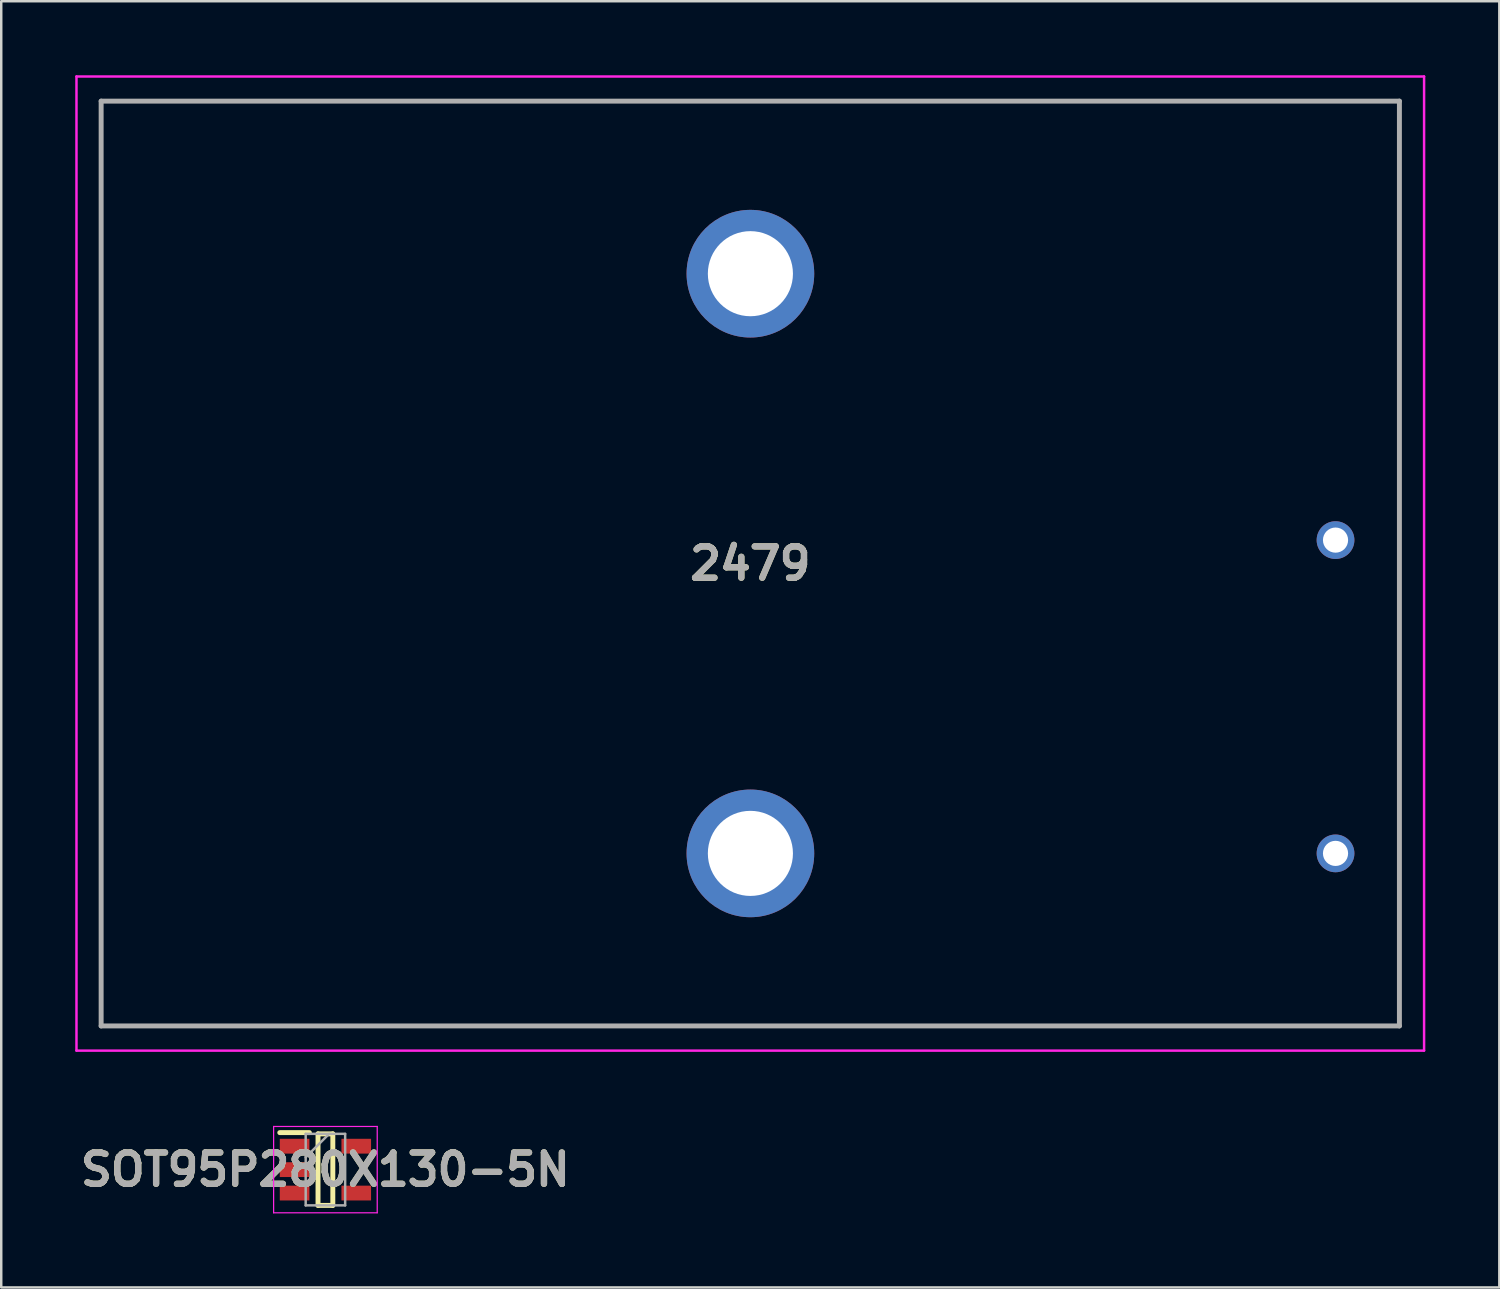
<source format=kicad_pcb>
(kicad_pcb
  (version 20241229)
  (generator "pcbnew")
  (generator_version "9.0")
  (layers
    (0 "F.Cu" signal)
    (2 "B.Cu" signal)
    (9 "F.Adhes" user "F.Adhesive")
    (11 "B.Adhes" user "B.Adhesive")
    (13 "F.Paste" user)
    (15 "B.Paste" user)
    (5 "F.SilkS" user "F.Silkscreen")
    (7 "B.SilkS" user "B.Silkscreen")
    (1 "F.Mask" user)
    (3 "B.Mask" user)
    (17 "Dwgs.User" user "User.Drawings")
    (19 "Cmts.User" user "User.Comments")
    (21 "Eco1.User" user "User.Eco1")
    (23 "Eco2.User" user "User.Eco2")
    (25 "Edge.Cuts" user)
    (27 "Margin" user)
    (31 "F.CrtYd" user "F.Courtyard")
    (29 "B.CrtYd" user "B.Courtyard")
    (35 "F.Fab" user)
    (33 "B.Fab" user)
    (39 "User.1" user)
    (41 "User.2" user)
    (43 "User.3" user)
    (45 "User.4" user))
  (footprint "2479"
    (layer "F.Cu")
    (at 27.365 19.795)
    (property "Reference" "2479" (at 0 0 0) (layer "F.SilkS") (effects (font (size 1.27 1.27) (thickness 0.254))))
    (attr through_hole)
    (fp_line (start -26.315 -18.745) (end 26.315 -18.745) (stroke (width 0.1) (type solid)) (layer "F.SilkS"))
    (fp_line (start -26.315 18.745) (end -26.315 -18.745) (stroke (width 0.1) (type solid)) (layer "F.SilkS"))
    (fp_line (start 26.315 -18.745) (end 26.315 18.745) (stroke (width 0.1) (type solid)) (layer "F.SilkS"))
    (fp_line (start 26.315 18.745) (end -26.315 18.745) (stroke (width 0.1) (type solid)) (layer "F.SilkS"))
    (fp_line (start -27.315 -19.745) (end 27.315 -19.745) (stroke (width 0.1) (type solid)) (layer "F.CrtYd"))
    (fp_line (start -27.315 19.745) (end -27.315 -19.745) (stroke (width 0.1) (type solid)) (layer "F.CrtYd"))
    (fp_line (start 27.315 -19.745) (end 27.315 19.745) (stroke (width 0.1) (type solid)) (layer "F.CrtYd"))
    (fp_line (start 27.315 19.745) (end -27.315 19.745) (stroke (width 0.1) (type solid)) (layer "F.CrtYd"))
    (fp_line (start -26.315 -18.745) (end 26.315 -18.745) (stroke (width 0.2) (type solid)) (layer "F.Fab"))
    (fp_line (start -26.315 18.745) (end -26.315 -18.745) (stroke (width 0.2) (type solid)) (layer "F.Fab"))
    (fp_line (start 26.315 -18.745) (end 26.315 18.745) (stroke (width 0.2) (type solid)) (layer "F.Fab"))
    (fp_line (start 26.315 18.745) (end -26.315 18.745) (stroke (width 0.2) (type solid)) (layer "F.Fab"))
    (fp_text user "${REFERENCE}" (at 0 0 0) (layer "F.Fab") (effects (font (size 1.27 1.27) (thickness 0.254))))
    (pad "1" thru_hole circle (at 23.725 11.75) (size 1.53 1.53) (drill 1.02) (layers "*.Cu" "*.Mask"))
    (pad "2" thru_hole circle (at 23.725 -0.95) (size 1.53 1.53) (drill 1.02) (layers "*.Cu" "*.Mask"))
    (pad "3" thru_hole circle (at 0.005 11.75) (size 5.175 5.175) (drill 3.45) (layers "*.Cu" "*.Mask"))
    (pad "4" thru_hole circle (at 0.005 -11.75) (size 5.175 5.175) (drill 3.45) (layers "*.Cu" "*.Mask")))
  (footprint "SOT95P280X130-5N"
    (layer "F.Cu")
    (at 10.142 44.365)
    (property "Reference" "SOT95P280X130-5N" (at 0 0 0) (layer "F.SilkS") (effects (font (size 1.27 1.27) (thickness 0.254))))
    (attr smd)
    (fp_line (start -1.85 -1.5) (end -0.65 -1.5) (stroke (width 0.2) (type solid)) (layer "F.SilkS"))
    (fp_line (start -0.3 -1.45) (end 0.3 -1.45) (stroke (width 0.2) (type solid)) (layer "F.SilkS"))
    (fp_line (start -0.3 1.45) (end -0.3 -1.45) (stroke (width 0.2) (type solid)) (layer "F.SilkS"))
    (fp_line (start 0.3 -1.45) (end 0.3 1.45) (stroke (width 0.2) (type solid)) (layer "F.SilkS"))
    (fp_line (start 0.3 1.45) (end -0.3 1.45) (stroke (width 0.2) (type solid)) (layer "F.SilkS"))
    (fp_line (start -2.1 -1.75) (end 2.1 -1.75) (stroke (width 0.05) (type solid)) (layer "F.CrtYd"))
    (fp_line (start -2.1 1.75) (end -2.1 -1.75) (stroke (width 0.05) (type solid)) (layer "F.CrtYd"))
    (fp_line (start 2.1 -1.75) (end 2.1 1.75) (stroke (width 0.05) (type solid)) (layer "F.CrtYd"))
    (fp_line (start 2.1 1.75) (end -2.1 1.75) (stroke (width 0.05) (type solid)) (layer "F.CrtYd"))
    (fp_line (start -0.8 -1.45) (end 0.8 -1.45) (stroke (width 0.1) (type solid)) (layer "F.Fab"))
    (fp_line (start -0.8 -0.5) (end 0.15 -1.45) (stroke (width 0.1) (type solid)) (layer "F.Fab"))
    (fp_line (start -0.8 1.45) (end -0.8 -1.45) (stroke (width 0.1) (type solid)) (layer "F.Fab"))
    (fp_line (start 0.8 -1.45) (end 0.8 1.45) (stroke (width 0.1) (type solid)) (layer "F.Fab"))
    (fp_line (start 0.8 1.45) (end -0.8 1.45) (stroke (width 0.1) (type solid)) (layer "F.Fab"))
    (fp_text user "${REFERENCE}" (at 0 0 0) (layer "F.Fab") (effects (font (size 1.27 1.27) (thickness 0.254))))
    (pad "1" smd rect (at -1.25 -0.95 90) (size 0.6 1.2) (layers "F.Cu" "F.Mask" "F.Paste"))
    (pad "2" smd rect (at -1.25 0 90) (size 0.6 1.2) (layers "F.Cu" "F.Mask" "F.Paste"))
    (pad "3" smd rect (at -1.25 0.95 90) (size 0.6 1.2) (layers "F.Cu" "F.Mask" "F.Paste"))
    (pad "4" smd rect (at 1.25 0.95 90) (size 0.6 1.2) (layers "F.Cu" "F.Mask" "F.Paste"))
    (pad "5" smd rect (at 1.25 -0.95 90) (size 0.6 1.2) (layers "F.Cu" "F.Mask" "F.Paste")))
  (gr_rect
    (start -3 -3)
    (end 57.73 49.14)
    (stroke (width 0.1) (type default))
    (fill no)
    (layer "Edge.Cuts")))
</source>
